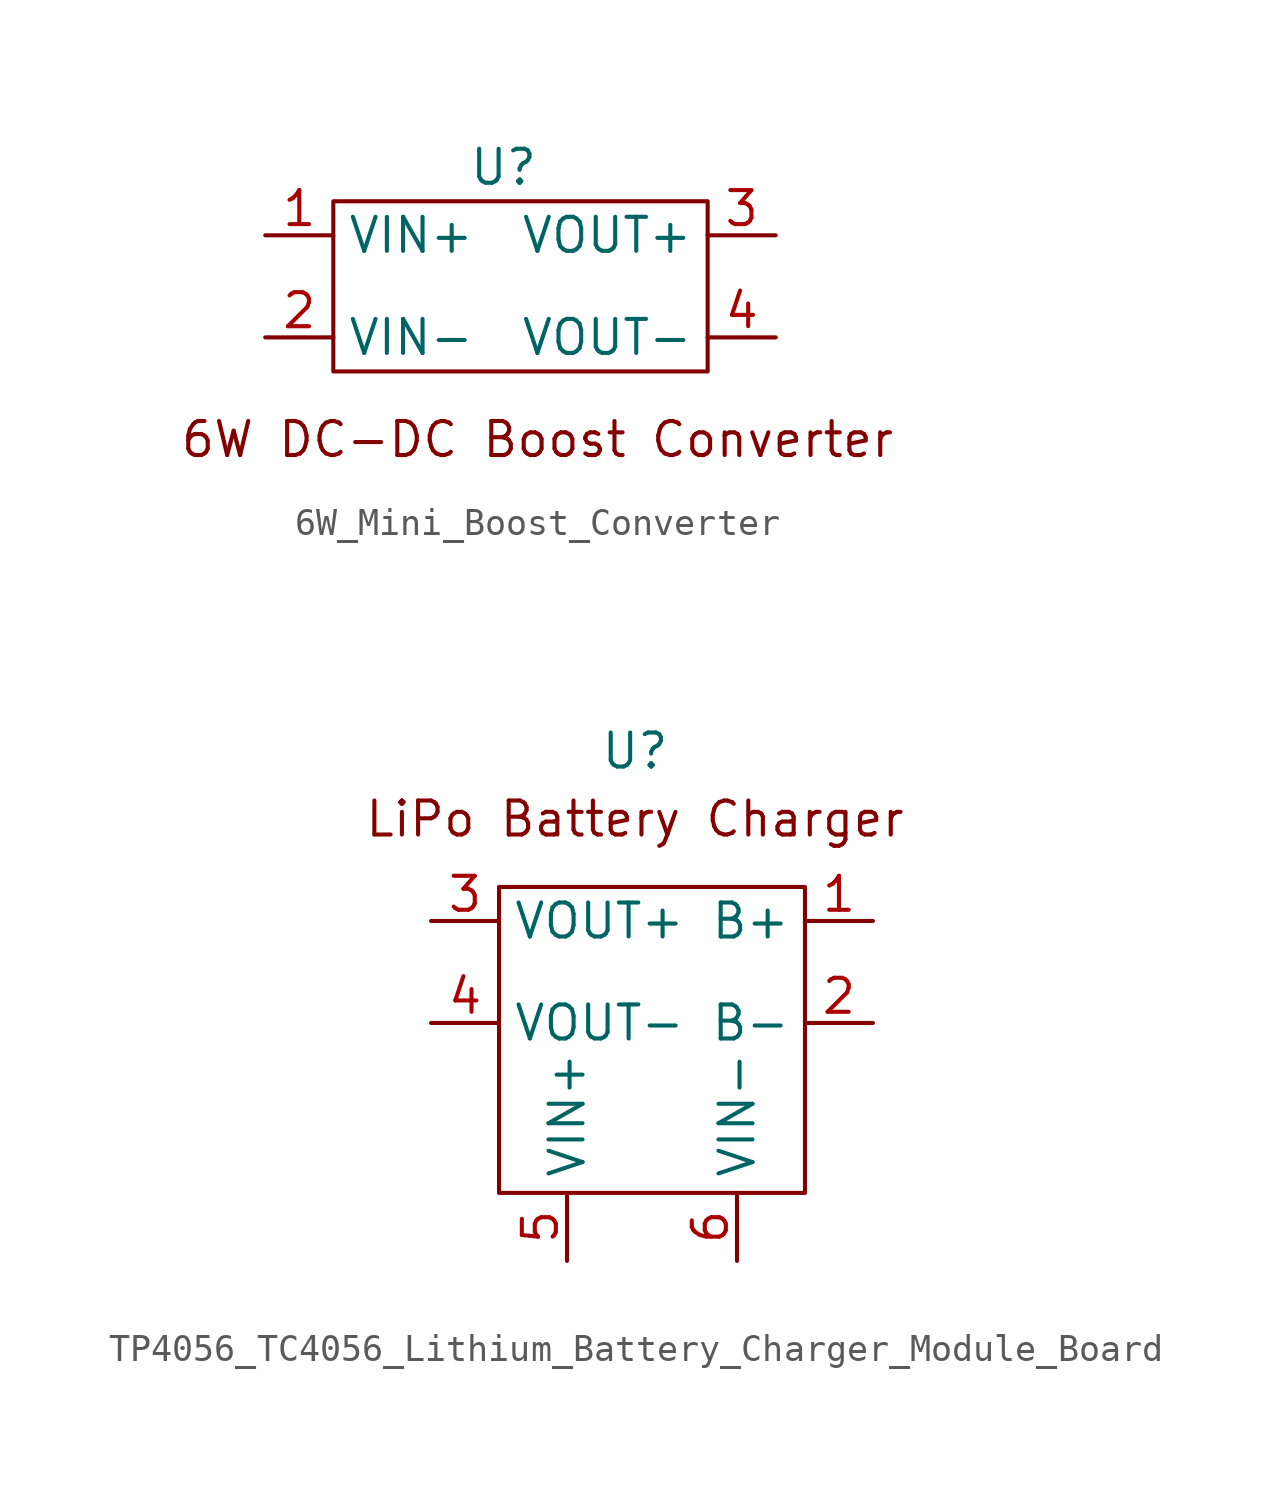
<source format=kicad_sym>
(kicad_symbol_lib
  (version 20231120)
  (generator "kicad_symbol_editor")
  (generator_version "8.0")
  (symbol "6W_Mini_Boost_Converter"
    (property "Reference" "U"
      (at 0 3.81 0)
      (effects (font (size 1.27 1.27))))
    (property "Value" ""
      (at 0 3.81 0)
      (effects (font (size 1.27 1.27))))
    (symbol "6W_Mini_Boost_Converter_0_1"
      (rectangle (start -6.35 2.54) (end 7.62 -3.81) (stroke (width 0) (type default)) (fill (type none))))
    (symbol "6W_Mini_Boost_Converter_1_1"
      (text "6W DC-DC Boost Converter" (at 1.27 -6.35 0) (effects (font (size 1.27 1.27))))
      (pin input line (at -8.89 1.27 0) (length 2.54) (name "VIN+" (effects (font (size 1.27 1.27)))) (number "1" (effects (font (size 1.27 1.27)))))
      (pin input line (at -8.89 -2.54 0) (length 2.54) (name "VIN-" (effects (font (size 1.27 1.27)))) (number "2" (effects (font (size 1.27 1.27)))))
      (pin output line (at 10.16 1.27 180) (length 2.54) (name "VOUT+" (effects (font (size 1.27 1.27)))) (number "3" (effects (font (size 1.27 1.27)))))
      (pin output line (at 10.16 -2.54 180) (length 2.54) (name "VOUT-" (effects (font (size 1.27 1.27)))) (number "4" (effects (font (size 1.27 1.27)))))))
  (symbol "TP4056_TC4056_Lithium_Battery_Charger_Module_Board"
    (property "Reference" "U"
      (at 0 6.35 0)
      (effects (font (size 1.27 1.27))))
    (property "Value" ""
      (at 2.54 0 0)
      (effects (font (size 1.27 1.27))))
    (symbol "TP4056_TC4056_Lithium_Battery_Charger_Module_Board_0_1"
      (rectangle (start -5.08 1.27) (end 6.35 -10.16) (stroke (width 0) (type default)) (fill (type none))))
    (symbol "TP4056_TC4056_Lithium_Battery_Charger_Module_Board_1_1"
      (text "LiPo Battery Charger" (at 0 3.81 0) (effects (font (size 1.27 1.27))))
      (pin bidirectional line (at 8.89 0 180) (length 2.54) (name "B+" (effects (font (size 1.27 1.27)))) (number "1" (effects (font (size 1.27 1.27)))))
      (pin bidirectional line (at 8.89 -3.81 180) (length 2.54) (name "B-" (effects (font (size 1.27 1.27)))) (number "2" (effects (font (size 1.27 1.27)))))
      (pin output line (at -7.62 0 0) (length 2.54) (name "VOUT+" (effects (font (size 1.27 1.27)))) (number "3" (effects (font (size 1.27 1.27)))))
      (pin output line (at -7.62 -3.81 0) (length 2.54) (name "VOUT-" (effects (font (size 1.27 1.27)))) (number "4" (effects (font (size 1.27 1.27)))))
      (pin power_in line (at -2.54 -12.7 90) (length 2.54) (name "VIN+" (effects (font (size 1.27 1.27)))) (number "5" (effects (font (size 1.27 1.27)))))
      (pin power_in line (at 3.81 -12.7 90) (length 2.54) (name "VIN-" (effects (font (size 1.27 1.27)))) (number "6" (effects (font (size 1.27 1.27))))))))
</source>
